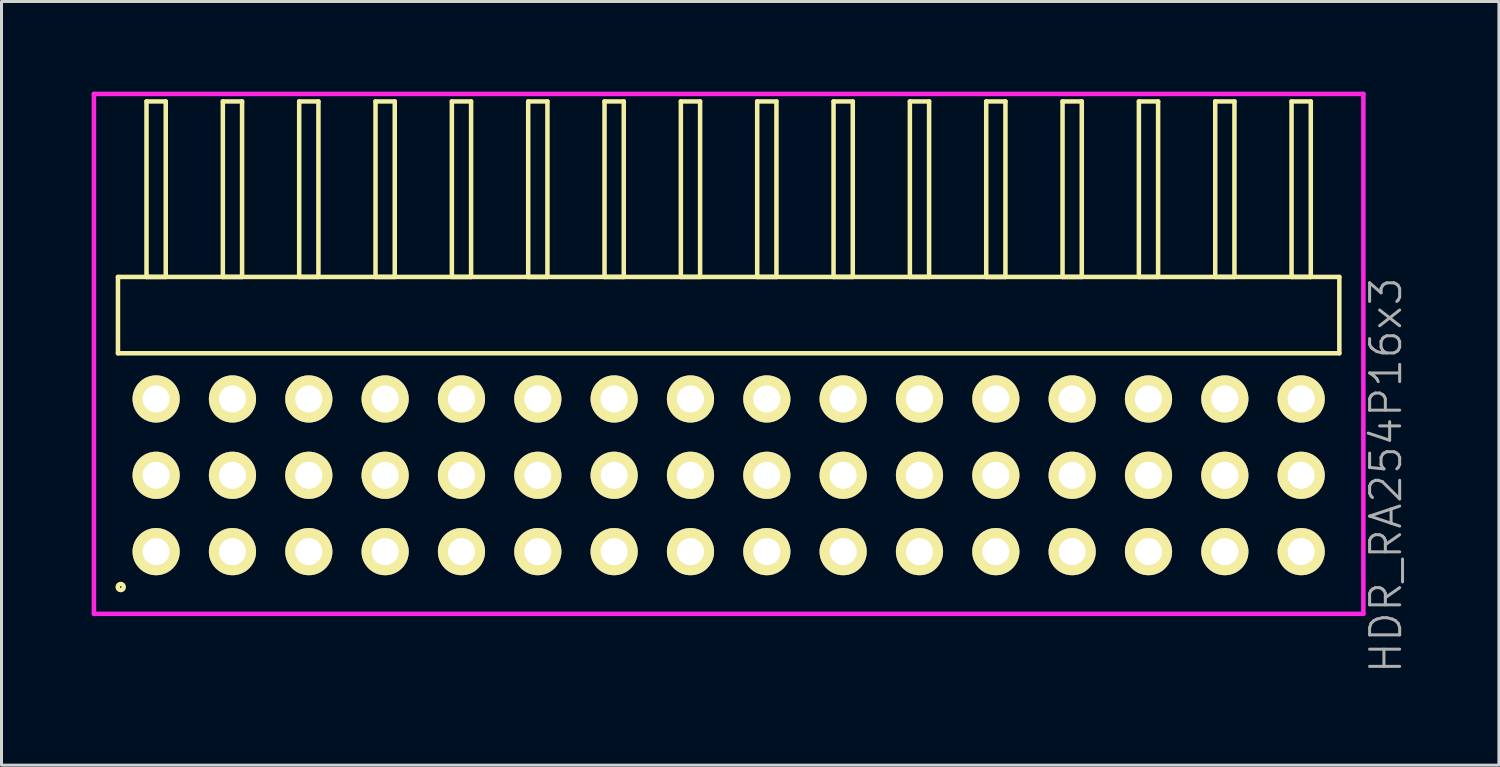
<source format=kicad_pcb>
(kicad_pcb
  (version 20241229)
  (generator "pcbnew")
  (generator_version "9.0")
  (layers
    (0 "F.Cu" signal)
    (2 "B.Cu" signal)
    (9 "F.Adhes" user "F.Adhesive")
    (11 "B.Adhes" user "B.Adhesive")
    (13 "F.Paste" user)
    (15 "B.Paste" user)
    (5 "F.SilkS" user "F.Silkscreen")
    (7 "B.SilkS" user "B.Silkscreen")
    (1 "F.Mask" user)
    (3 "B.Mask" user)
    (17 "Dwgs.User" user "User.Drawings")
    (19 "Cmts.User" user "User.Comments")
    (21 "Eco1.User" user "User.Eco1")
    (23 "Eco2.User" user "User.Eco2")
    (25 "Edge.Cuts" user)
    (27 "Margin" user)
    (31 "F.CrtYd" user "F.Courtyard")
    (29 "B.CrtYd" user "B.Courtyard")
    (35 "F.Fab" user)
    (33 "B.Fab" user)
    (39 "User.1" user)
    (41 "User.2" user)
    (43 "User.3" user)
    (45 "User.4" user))
  (footprint "HDR_RA254P16x3"
    (layer "F.Cu")
    (at 21.195 12.765)
    (property "Reference" "HDR_RA254P16x3" (at 21.87 0 90) (layer "F.Fab") (effects (font (size 1 1) (thickness 0.1))))
    (attr through_hole)
    (fp_line (start -20.32 -6.6) (end -20.32 -4.06) (stroke (width 0.15) (type solid)) (layer "F.SilkS"))
    (fp_line (start -20.32 -4.06) (end 20.32 -4.06) (stroke (width 0.15) (type solid)) (layer "F.SilkS"))
    (fp_line (start -19.37 -12.44) (end -19.37 -6.6) (stroke (width 0.15) (type solid)) (layer "F.SilkS"))
    (fp_line (start -19.37 -6.6) (end -18.73 -6.6) (stroke (width 0.15) (type solid)) (layer "F.SilkS"))
    (fp_line (start -18.73 -12.44) (end -19.37 -12.44) (stroke (width 0.15) (type solid)) (layer "F.SilkS"))
    (fp_line (start -18.73 -6.6) (end -18.73 -12.44) (stroke (width 0.15) (type solid)) (layer "F.SilkS"))
    (fp_line (start -16.83 -12.44) (end -16.83 -6.6) (stroke (width 0.15) (type solid)) (layer "F.SilkS"))
    (fp_line (start -16.83 -6.6) (end -16.19 -6.6) (stroke (width 0.15) (type solid)) (layer "F.SilkS"))
    (fp_line (start -16.19 -12.44) (end -16.83 -12.44) (stroke (width 0.15) (type solid)) (layer "F.SilkS"))
    (fp_line (start -16.19 -6.6) (end -16.19 -12.44) (stroke (width 0.15) (type solid)) (layer "F.SilkS"))
    (fp_line (start -14.29 -12.44) (end -14.29 -6.6) (stroke (width 0.15) (type solid)) (layer "F.SilkS"))
    (fp_line (start -14.29 -6.6) (end -13.65 -6.6) (stroke (width 0.15) (type solid)) (layer "F.SilkS"))
    (fp_line (start -13.65 -12.44) (end -14.29 -12.44) (stroke (width 0.15) (type solid)) (layer "F.SilkS"))
    (fp_line (start -13.65 -6.6) (end -13.65 -12.44) (stroke (width 0.15) (type solid)) (layer "F.SilkS"))
    (fp_line (start -11.75 -12.44) (end -11.75 -6.6) (stroke (width 0.15) (type solid)) (layer "F.SilkS"))
    (fp_line (start -11.75 -6.6) (end -11.11 -6.6) (stroke (width 0.15) (type solid)) (layer "F.SilkS"))
    (fp_line (start -11.11 -12.44) (end -11.75 -12.44) (stroke (width 0.15) (type solid)) (layer "F.SilkS"))
    (fp_line (start -11.11 -6.6) (end -11.11 -12.44) (stroke (width 0.15) (type solid)) (layer "F.SilkS"))
    (fp_line (start -9.21 -12.44) (end -9.21 -6.6) (stroke (width 0.15) (type solid)) (layer "F.SilkS"))
    (fp_line (start -9.21 -6.6) (end -8.57 -6.6) (stroke (width 0.15) (type solid)) (layer "F.SilkS"))
    (fp_line (start -8.57 -12.44) (end -9.21 -12.44) (stroke (width 0.15) (type solid)) (layer "F.SilkS"))
    (fp_line (start -8.57 -6.6) (end -8.57 -12.44) (stroke (width 0.15) (type solid)) (layer "F.SilkS"))
    (fp_line (start -6.67 -12.44) (end -6.67 -6.6) (stroke (width 0.15) (type solid)) (layer "F.SilkS"))
    (fp_line (start -6.67 -6.6) (end -6.03 -6.6) (stroke (width 0.15) (type solid)) (layer "F.SilkS"))
    (fp_line (start -6.03 -12.44) (end -6.67 -12.44) (stroke (width 0.15) (type solid)) (layer "F.SilkS"))
    (fp_line (start -6.03 -6.6) (end -6.03 -12.44) (stroke (width 0.15) (type solid)) (layer "F.SilkS"))
    (fp_line (start -4.13 -12.44) (end -4.13 -6.6) (stroke (width 0.15) (type solid)) (layer "F.SilkS"))
    (fp_line (start -4.13 -6.6) (end -3.49 -6.6) (stroke (width 0.15) (type solid)) (layer "F.SilkS"))
    (fp_line (start -3.49 -12.44) (end -4.13 -12.44) (stroke (width 0.15) (type solid)) (layer "F.SilkS"))
    (fp_line (start -3.49 -6.6) (end -3.49 -12.44) (stroke (width 0.15) (type solid)) (layer "F.SilkS"))
    (fp_line (start -1.59 -12.44) (end -1.59 -6.6) (stroke (width 0.15) (type solid)) (layer "F.SilkS"))
    (fp_line (start -1.59 -6.6) (end -0.95 -6.6) (stroke (width 0.15) (type solid)) (layer "F.SilkS"))
    (fp_line (start -0.95 -12.44) (end -1.59 -12.44) (stroke (width 0.15) (type solid)) (layer "F.SilkS"))
    (fp_line (start -0.95 -6.6) (end -0.95 -12.44) (stroke (width 0.15) (type solid)) (layer "F.SilkS"))
    (fp_line (start 0.95 -12.44) (end 0.95 -6.6) (stroke (width 0.15) (type solid)) (layer "F.SilkS"))
    (fp_line (start 0.95 -6.6) (end 1.59 -6.6) (stroke (width 0.15) (type solid)) (layer "F.SilkS"))
    (fp_line (start 1.59 -12.44) (end 0.95 -12.44) (stroke (width 0.15) (type solid)) (layer "F.SilkS"))
    (fp_line (start 1.59 -6.6) (end 1.59 -12.44) (stroke (width 0.15) (type solid)) (layer "F.SilkS"))
    (fp_line (start 3.49 -12.44) (end 3.49 -6.6) (stroke (width 0.15) (type solid)) (layer "F.SilkS"))
    (fp_line (start 3.49 -6.6) (end 4.13 -6.6) (stroke (width 0.15) (type solid)) (layer "F.SilkS"))
    (fp_line (start 4.13 -12.44) (end 3.49 -12.44) (stroke (width 0.15) (type solid)) (layer "F.SilkS"))
    (fp_line (start 4.13 -6.6) (end 4.13 -12.44) (stroke (width 0.15) (type solid)) (layer "F.SilkS"))
    (fp_line (start 6.03 -12.44) (end 6.03 -6.6) (stroke (width 0.15) (type solid)) (layer "F.SilkS"))
    (fp_line (start 6.03 -6.6) (end 6.67 -6.6) (stroke (width 0.15) (type solid)) (layer "F.SilkS"))
    (fp_line (start 6.67 -12.44) (end 6.03 -12.44) (stroke (width 0.15) (type solid)) (layer "F.SilkS"))
    (fp_line (start 6.67 -6.6) (end 6.67 -12.44) (stroke (width 0.15) (type solid)) (layer "F.SilkS"))
    (fp_line (start 8.57 -12.44) (end 8.57 -6.6) (stroke (width 0.15) (type solid)) (layer "F.SilkS"))
    (fp_line (start 8.57 -6.6) (end 9.21 -6.6) (stroke (width 0.15) (type solid)) (layer "F.SilkS"))
    (fp_line (start 9.21 -12.44) (end 8.57 -12.44) (stroke (width 0.15) (type solid)) (layer "F.SilkS"))
    (fp_line (start 9.21 -6.6) (end 9.21 -12.44) (stroke (width 0.15) (type solid)) (layer "F.SilkS"))
    (fp_line (start 11.11 -12.44) (end 11.11 -6.6) (stroke (width 0.15) (type solid)) (layer "F.SilkS"))
    (fp_line (start 11.11 -6.6) (end 11.75 -6.6) (stroke (width 0.15) (type solid)) (layer "F.SilkS"))
    (fp_line (start 11.75 -12.44) (end 11.11 -12.44) (stroke (width 0.15) (type solid)) (layer "F.SilkS"))
    (fp_line (start 11.75 -6.6) (end 11.75 -12.44) (stroke (width 0.15) (type solid)) (layer "F.SilkS"))
    (fp_line (start 13.65 -12.44) (end 13.65 -6.6) (stroke (width 0.15) (type solid)) (layer "F.SilkS"))
    (fp_line (start 13.65 -6.6) (end 14.29 -6.6) (stroke (width 0.15) (type solid)) (layer "F.SilkS"))
    (fp_line (start 14.29 -12.44) (end 13.65 -12.44) (stroke (width 0.15) (type solid)) (layer "F.SilkS"))
    (fp_line (start 14.29 -6.6) (end 14.29 -12.44) (stroke (width 0.15) (type solid)) (layer "F.SilkS"))
    (fp_line (start 16.19 -12.44) (end 16.19 -6.6) (stroke (width 0.15) (type solid)) (layer "F.SilkS"))
    (fp_line (start 16.19 -6.6) (end 16.83 -6.6) (stroke (width 0.15) (type solid)) (layer "F.SilkS"))
    (fp_line (start 16.83 -12.44) (end 16.19 -12.44) (stroke (width 0.15) (type solid)) (layer "F.SilkS"))
    (fp_line (start 16.83 -6.6) (end 16.83 -12.44) (stroke (width 0.15) (type solid)) (layer "F.SilkS"))
    (fp_line (start 18.73 -12.44) (end 18.73 -6.6) (stroke (width 0.15) (type solid)) (layer "F.SilkS"))
    (fp_line (start 18.73 -6.6) (end 19.37 -6.6) (stroke (width 0.15) (type solid)) (layer "F.SilkS"))
    (fp_line (start 19.37 -12.44) (end 18.73 -12.44) (stroke (width 0.15) (type solid)) (layer "F.SilkS"))
    (fp_line (start 19.37 -6.6) (end 19.37 -12.44) (stroke (width 0.15) (type solid)) (layer "F.SilkS"))
    (fp_line (start 20.32 -6.6) (end -20.32 -6.6) (stroke (width 0.15) (type solid)) (layer "F.SilkS"))
    (fp_line (start 20.32 -4.06) (end 20.32 -6.6) (stroke (width 0.15) (type solid)) (layer "F.SilkS"))
    (fp_circle (center -20.228 3.718) (end -20.127 3.718) (stroke (width 0.15) (type solid)) (fill no) (layer "F.SilkS"))
    (fp_line (start -21.12 -12.69) (end -21.12 4.61) (stroke (width 0.15) (type solid)) (layer "F.CrtYd"))
    (fp_line (start -21.12 4.61) (end 21.12 4.61) (stroke (width 0.15) (type solid)) (layer "F.CrtYd"))
    (fp_line (start 21.12 -12.69) (end -21.12 -12.69) (stroke (width 0.15) (type solid)) (layer "F.CrtYd"))
    (fp_line (start 21.12 4.61) (end 21.12 -12.69) (stroke (width 0.15) (type solid)) (layer "F.CrtYd"))
    (pad "1" thru_hole oval (at -19.05 2.54) (size 1.57 1.57) (drill 0.9) (layers "*.Cu" "*.Mask" "F.SilkS"))
    (pad "2" thru_hole oval (at -19.05 0) (size 1.57 1.57) (drill 0.9) (layers "*.Cu" "*.Mask" "F.SilkS"))
    (pad "3" thru_hole oval (at -19.05 -2.54) (size 1.57 1.57) (drill 0.9) (layers "*.Cu" "*.Mask" "F.SilkS"))
    (pad "4" thru_hole oval (at -16.51 2.54) (size 1.57 1.57) (drill 0.9) (layers "*.Cu" "*.Mask" "F.SilkS"))
    (pad "5" thru_hole oval (at -16.51 0) (size 1.57 1.57) (drill 0.9) (layers "*.Cu" "*.Mask" "F.SilkS"))
    (pad "6" thru_hole oval (at -16.51 -2.54) (size 1.57 1.57) (drill 0.9) (layers "*.Cu" "*.Mask" "F.SilkS"))
    (pad "7" thru_hole oval (at -13.97 2.54) (size 1.57 1.57) (drill 0.9) (layers "*.Cu" "*.Mask" "F.SilkS"))
    (pad "8" thru_hole oval (at -13.97 0) (size 1.57 1.57) (drill 0.9) (layers "*.Cu" "*.Mask" "F.SilkS"))
    (pad "9" thru_hole oval (at -13.97 -2.54) (size 1.57 1.57) (drill 0.9) (layers "*.Cu" "*.Mask" "F.SilkS"))
    (pad "10" thru_hole oval (at -11.43 2.54) (size 1.57 1.57) (drill 0.9) (layers "*.Cu" "*.Mask" "F.SilkS"))
    (pad "11" thru_hole oval (at -11.43 0) (size 1.57 1.57) (drill 0.9) (layers "*.Cu" "*.Mask" "F.SilkS"))
    (pad "12" thru_hole oval (at -11.43 -2.54) (size 1.57 1.57) (drill 0.9) (layers "*.Cu" "*.Mask" "F.SilkS"))
    (pad "13" thru_hole oval (at -8.89 2.54) (size 1.57 1.57) (drill 0.9) (layers "*.Cu" "*.Mask" "F.SilkS"))
    (pad "14" thru_hole oval (at -8.89 0) (size 1.57 1.57) (drill 0.9) (layers "*.Cu" "*.Mask" "F.SilkS"))
    (pad "15" thru_hole oval (at -8.89 -2.54) (size 1.57 1.57) (drill 0.9) (layers "*.Cu" "*.Mask" "F.SilkS"))
    (pad "16" thru_hole oval (at -6.35 2.54) (size 1.57 1.57) (drill 0.9) (layers "*.Cu" "*.Mask" "F.SilkS"))
    (pad "17" thru_hole oval (at -6.35 0) (size 1.57 1.57) (drill 0.9) (layers "*.Cu" "*.Mask" "F.SilkS"))
    (pad "18" thru_hole oval (at -6.35 -2.54) (size 1.57 1.57) (drill 0.9) (layers "*.Cu" "*.Mask" "F.SilkS"))
    (pad "19" thru_hole oval (at -3.81 2.54) (size 1.57 1.57) (drill 0.9) (layers "*.Cu" "*.Mask" "F.SilkS"))
    (pad "20" thru_hole oval (at -3.81 0) (size 1.57 1.57) (drill 0.9) (layers "*.Cu" "*.Mask" "F.SilkS"))
    (pad "21" thru_hole oval (at -3.81 -2.54) (size 1.57 1.57) (drill 0.9) (layers "*.Cu" "*.Mask" "F.SilkS"))
    (pad "22" thru_hole oval (at -1.27 2.54) (size 1.57 1.57) (drill 0.9) (layers "*.Cu" "*.Mask" "F.SilkS"))
    (pad "23" thru_hole oval (at -1.27 0) (size 1.57 1.57) (drill 0.9) (layers "*.Cu" "*.Mask" "F.SilkS"))
    (pad "24" thru_hole oval (at -1.27 -2.54) (size 1.57 1.57) (drill 0.9) (layers "*.Cu" "*.Mask" "F.SilkS"))
    (pad "25" thru_hole oval (at 1.27 2.54) (size 1.57 1.57) (drill 0.9) (layers "*.Cu" "*.Mask" "F.SilkS"))
    (pad "26" thru_hole oval (at 1.27 0) (size 1.57 1.57) (drill 0.9) (layers "*.Cu" "*.Mask" "F.SilkS"))
    (pad "27" thru_hole oval (at 1.27 -2.54) (size 1.57 1.57) (drill 0.9) (layers "*.Cu" "*.Mask" "F.SilkS"))
    (pad "28" thru_hole oval (at 3.81 2.54) (size 1.57 1.57) (drill 0.9) (layers "*.Cu" "*.Mask" "F.SilkS"))
    (pad "29" thru_hole oval (at 3.81 0) (size 1.57 1.57) (drill 0.9) (layers "*.Cu" "*.Mask" "F.SilkS"))
    (pad "30" thru_hole oval (at 3.81 -2.54) (size 1.57 1.57) (drill 0.9) (layers "*.Cu" "*.Mask" "F.SilkS"))
    (pad "31" thru_hole oval (at 6.35 2.54) (size 1.57 1.57) (drill 0.9) (layers "*.Cu" "*.Mask" "F.SilkS"))
    (pad "32" thru_hole oval (at 6.35 0) (size 1.57 1.57) (drill 0.9) (layers "*.Cu" "*.Mask" "F.SilkS"))
    (pad "33" thru_hole oval (at 6.35 -2.54) (size 1.57 1.57) (drill 0.9) (layers "*.Cu" "*.Mask" "F.SilkS"))
    (pad "34" thru_hole oval (at 8.89 2.54) (size 1.57 1.57) (drill 0.9) (layers "*.Cu" "*.Mask" "F.SilkS"))
    (pad "35" thru_hole oval (at 8.89 0) (size 1.57 1.57) (drill 0.9) (layers "*.Cu" "*.Mask" "F.SilkS"))
    (pad "36" thru_hole oval (at 8.89 -2.54) (size 1.57 1.57) (drill 0.9) (layers "*.Cu" "*.Mask" "F.SilkS"))
    (pad "37" thru_hole oval (at 11.43 2.54) (size 1.57 1.57) (drill 0.9) (layers "*.Cu" "*.Mask" "F.SilkS"))
    (pad "38" thru_hole oval (at 11.43 0) (size 1.57 1.57) (drill 0.9) (layers "*.Cu" "*.Mask" "F.SilkS"))
    (pad "39" thru_hole oval (at 11.43 -2.54) (size 1.57 1.57) (drill 0.9) (layers "*.Cu" "*.Mask" "F.SilkS"))
    (pad "40" thru_hole oval (at 13.97 2.54) (size 1.57 1.57) (drill 0.9) (layers "*.Cu" "*.Mask" "F.SilkS"))
    (pad "41" thru_hole oval (at 13.97 0) (size 1.57 1.57) (drill 0.9) (layers "*.Cu" "*.Mask" "F.SilkS"))
    (pad "42" thru_hole oval (at 13.97 -2.54) (size 1.57 1.57) (drill 0.9) (layers "*.Cu" "*.Mask" "F.SilkS"))
    (pad "43" thru_hole oval (at 16.51 2.54) (size 1.57 1.57) (drill 0.9) (layers "*.Cu" "*.Mask" "F.SilkS"))
    (pad "44" thru_hole oval (at 16.51 0) (size 1.57 1.57) (drill 0.9) (layers "*.Cu" "*.Mask" "F.SilkS"))
    (pad "45" thru_hole oval (at 16.51 -2.54) (size 1.57 1.57) (drill 0.9) (layers "*.Cu" "*.Mask" "F.SilkS"))
    (pad "46" thru_hole oval (at 19.05 2.54) (size 1.57 1.57) (drill 0.9) (layers "*.Cu" "*.Mask" "F.SilkS"))
    (pad "47" thru_hole oval (at 19.05 0) (size 1.57 1.57) (drill 0.9) (layers "*.Cu" "*.Mask" "F.SilkS"))
    (pad "48" thru_hole oval (at 19.05 -2.54) (size 1.57 1.57) (drill 0.9) (layers "*.Cu" "*.Mask" "F.SilkS")))
  (gr_rect
    (start -3 -3)
    (end 46.825 22.41)
    (stroke (width 0.1) (type default))
    (fill no)
    (layer "Edge.Cuts")))
</source>
